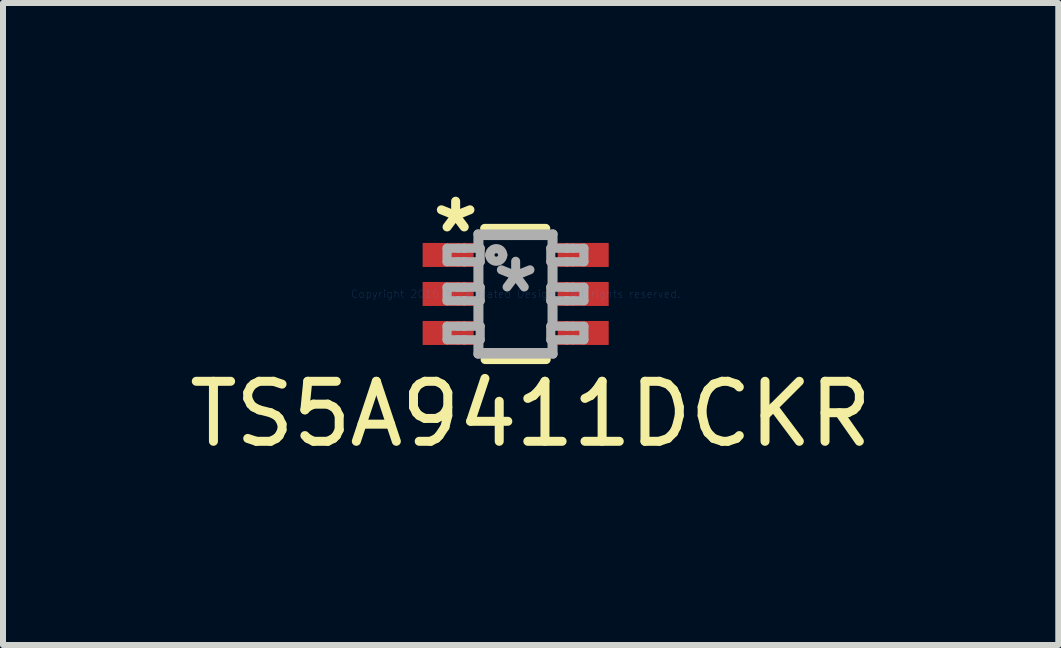
<source format=kicad_pcb>
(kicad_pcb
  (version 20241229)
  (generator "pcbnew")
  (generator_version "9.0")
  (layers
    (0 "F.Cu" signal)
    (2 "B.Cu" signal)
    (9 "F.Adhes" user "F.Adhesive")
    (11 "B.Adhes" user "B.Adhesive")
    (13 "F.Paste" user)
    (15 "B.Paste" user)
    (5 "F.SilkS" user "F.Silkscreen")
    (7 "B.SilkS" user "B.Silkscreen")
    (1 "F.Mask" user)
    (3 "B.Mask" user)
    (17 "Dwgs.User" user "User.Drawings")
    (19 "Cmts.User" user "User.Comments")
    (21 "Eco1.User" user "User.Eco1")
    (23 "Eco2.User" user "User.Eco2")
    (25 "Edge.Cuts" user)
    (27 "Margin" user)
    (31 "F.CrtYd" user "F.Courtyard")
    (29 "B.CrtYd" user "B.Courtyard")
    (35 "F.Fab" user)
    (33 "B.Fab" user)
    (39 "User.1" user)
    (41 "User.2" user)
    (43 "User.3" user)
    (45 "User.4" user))
  (footprint "TS5A9411DCKR"
    (layer "F.Cu")
    (at 5.542 1.848)
    (property "Reference" "TS5A9411DCKR" (at 0.25 2 0) (layer "F.SilkS") (effects (font (size 1 1) (thickness 0.15))))
    (attr through_hole)
    (fp_line (start -0.516 -1.092) (end 0.5 -1.092) (stroke (width 0.152) (type solid)) (layer "F.SilkS"))
    (fp_line (start -0.508 1.092) (end 0.508 1.092) (stroke (width 0.152) (type solid)) (layer "F.SilkS"))
    (fp_line (start -1.143 -0.762) (end -0.959 -0.762) (stroke (width 0.152) (type solid)) (layer "F.Fab"))
    (fp_line (start -1.143 -0.537) (end -1.143 -0.762) (stroke (width 0.152) (type solid)) (layer "F.Fab"))
    (fp_line (start -1.143 -0.537) (end -0.959 -0.537) (stroke (width 0.152) (type solid)) (layer "F.Fab"))
    (fp_line (start -1.143 -0.112) (end -0.959 -0.112) (stroke (width 0.152) (type solid)) (layer "F.Fab"))
    (fp_line (start -1.143 0.113) (end -1.143 -0.112) (stroke (width 0.152) (type solid)) (layer "F.Fab"))
    (fp_line (start -1.143 0.113) (end -0.959 0.113) (stroke (width 0.152) (type solid)) (layer "F.Fab"))
    (fp_line (start -1.143 0.538) (end -0.959 0.538) (stroke (width 0.152) (type solid)) (layer "F.Fab"))
    (fp_line (start -1.143 0.763) (end -1.143 0.538) (stroke (width 0.152) (type solid)) (layer "F.Fab"))
    (fp_line (start -1.143 0.763) (end -0.959 0.763) (stroke (width 0.152) (type solid)) (layer "F.Fab"))
    (fp_line (start -0.959 -0.762) (end -0.865 -0.762) (stroke (width 0.152) (type solid)) (layer "F.Fab"))
    (fp_line (start -0.959 -0.537) (end -0.865 -0.537) (stroke (width 0.152) (type solid)) (layer "F.Fab"))
    (fp_line (start -0.959 -0.112) (end -0.865 -0.112) (stroke (width 0.152) (type solid)) (layer "F.Fab"))
    (fp_line (start -0.959 0.113) (end -0.865 0.113) (stroke (width 0.152) (type solid)) (layer "F.Fab"))
    (fp_line (start -0.959 0.538) (end -0.865 0.538) (stroke (width 0.152) (type solid)) (layer "F.Fab"))
    (fp_line (start -0.959 0.763) (end -0.865 0.763) (stroke (width 0.152) (type solid)) (layer "F.Fab"))
    (fp_line (start -0.865 -0.762) (end -0.853 -0.762) (stroke (width 0.152) (type solid)) (layer "F.Fab"))
    (fp_line (start -0.865 -0.537) (end -0.853 -0.537) (stroke (width 0.152) (type solid)) (layer "F.Fab"))
    (fp_line (start -0.865 -0.112) (end -0.853 -0.112) (stroke (width 0.152) (type solid)) (layer "F.Fab"))
    (fp_line (start -0.865 0.113) (end -0.853 0.113) (stroke (width 0.152) (type solid)) (layer "F.Fab"))
    (fp_line (start -0.865 0.538) (end -0.853 0.538) (stroke (width 0.152) (type solid)) (layer "F.Fab"))
    (fp_line (start -0.865 0.763) (end -0.853 0.763) (stroke (width 0.152) (type solid)) (layer "F.Fab"))
    (fp_line (start -0.853 -0.762) (end -0.628 -0.762) (stroke (width 0.152) (type solid)) (layer "F.Fab"))
    (fp_line (start -0.853 -0.537) (end -0.628 -0.537) (stroke (width 0.152) (type solid)) (layer "F.Fab"))
    (fp_line (start -0.853 -0.112) (end -0.628 -0.112) (stroke (width 0.152) (type solid)) (layer "F.Fab"))
    (fp_line (start -0.853 0.113) (end -0.628 0.113) (stroke (width 0.152) (type solid)) (layer "F.Fab"))
    (fp_line (start -0.853 0.538) (end -0.628 0.538) (stroke (width 0.152) (type solid)) (layer "F.Fab"))
    (fp_line (start -0.853 0.763) (end -0.628 0.763) (stroke (width 0.152) (type solid)) (layer "F.Fab"))
    (fp_line (start -0.628 -0.999) (end 0.622 -0.999) (stroke (width 0.152) (type solid)) (layer "F.Fab"))
    (fp_line (start -0.628 -0.762) (end -0.628 -0.999) (stroke (width 0.152) (type solid)) (layer "F.Fab"))
    (fp_line (start -0.628 -0.762) (end -0.591 -0.762) (stroke (width 0.152) (type solid)) (layer "F.Fab"))
    (fp_line (start -0.628 -0.537) (end -0.591 -0.537) (stroke (width 0.152) (type solid)) (layer "F.Fab"))
    (fp_line (start -0.628 -0.112) (end -0.628 -0.537) (stroke (width 0.152) (type solid)) (layer "F.Fab"))
    (fp_line (start -0.628 -0.112) (end -0.591 -0.112) (stroke (width 0.152) (type solid)) (layer "F.Fab"))
    (fp_line (start -0.628 0.113) (end -0.591 0.113) (stroke (width 0.152) (type solid)) (layer "F.Fab"))
    (fp_line (start -0.628 0.538) (end -0.628 0.113) (stroke (width 0.152) (type solid)) (layer "F.Fab"))
    (fp_line (start -0.628 0.538) (end -0.591 0.538) (stroke (width 0.152) (type solid)) (layer "F.Fab"))
    (fp_line (start -0.628 0.763) (end -0.591 0.763) (stroke (width 0.152) (type solid)) (layer "F.Fab"))
    (fp_line (start -0.628 1.001) (end -0.628 0.763) (stroke (width 0.152) (type solid)) (layer "F.Fab"))
    (fp_line (start -0.628 1.001) (end 0.622 1.001) (stroke (width 0.152) (type solid)) (layer "F.Fab"))
    (fp_line (start -0.613 -0.974) (end 0.607 -0.974) (stroke (width 0.152) (type solid)) (layer "F.Fab"))
    (fp_line (start -0.613 -0.762) (end -0.613 -0.974) (stroke (width 0.152) (type solid)) (layer "F.Fab"))
    (fp_line (start -0.613 -0.112) (end -0.613 -0.537) (stroke (width 0.152) (type solid)) (layer "F.Fab"))
    (fp_line (start -0.613 0.538) (end -0.613 0.113) (stroke (width 0.152) (type solid)) (layer "F.Fab"))
    (fp_line (start -0.613 0.976) (end -0.613 0.763) (stroke (width 0.152) (type solid)) (layer "F.Fab"))
    (fp_line (start -0.613 0.976) (end 0.607 0.976) (stroke (width 0.152) (type solid)) (layer "F.Fab"))
    (fp_line (start -0.591 -0.537) (end -0.591 -0.762) (stroke (width 0.152) (type solid)) (layer "F.Fab"))
    (fp_line (start -0.591 0.113) (end -0.591 -0.112) (stroke (width 0.152) (type solid)) (layer "F.Fab"))
    (fp_line (start -0.591 0.763) (end -0.591 0.538) (stroke (width 0.152) (type solid)) (layer "F.Fab"))
    (fp_line (start 0.585 -0.762) (end 0.622 -0.762) (stroke (width 0.152) (type solid)) (layer "F.Fab"))
    (fp_line (start 0.585 -0.537) (end 0.585 -0.762) (stroke (width 0.152) (type solid)) (layer "F.Fab"))
    (fp_line (start 0.585 -0.537) (end 0.622 -0.537) (stroke (width 0.152) (type solid)) (layer "F.Fab"))
    (fp_line (start 0.585 -0.112) (end 0.622 -0.112) (stroke (width 0.152) (type solid)) (layer "F.Fab"))
    (fp_line (start 0.585 0.113) (end 0.585 -0.112) (stroke (width 0.152) (type solid)) (layer "F.Fab"))
    (fp_line (start 0.585 0.113) (end 0.622 0.113) (stroke (width 0.152) (type solid)) (layer "F.Fab"))
    (fp_line (start 0.585 0.538) (end 0.622 0.538) (stroke (width 0.152) (type solid)) (layer "F.Fab"))
    (fp_line (start 0.585 0.763) (end 0.585 0.538) (stroke (width 0.152) (type solid)) (layer "F.Fab"))
    (fp_line (start 0.585 0.763) (end 0.622 0.763) (stroke (width 0.152) (type solid)) (layer "F.Fab"))
    (fp_line (start 0.607 -0.762) (end 0.607 -0.974) (stroke (width 0.152) (type solid)) (layer "F.Fab"))
    (fp_line (start 0.607 -0.112) (end 0.607 -0.537) (stroke (width 0.152) (type solid)) (layer "F.Fab"))
    (fp_line (start 0.607 0.538) (end 0.607 0.113) (stroke (width 0.152) (type solid)) (layer "F.Fab"))
    (fp_line (start 0.607 0.976) (end 0.607 0.763) (stroke (width 0.152) (type solid)) (layer "F.Fab"))
    (fp_line (start 0.622 -0.762) (end 0.622 -0.999) (stroke (width 0.152) (type solid)) (layer "F.Fab"))
    (fp_line (start 0.622 -0.762) (end 0.847 -0.762) (stroke (width 0.152) (type solid)) (layer "F.Fab"))
    (fp_line (start 0.622 -0.537) (end 0.847 -0.537) (stroke (width 0.152) (type solid)) (layer "F.Fab"))
    (fp_line (start 0.622 -0.112) (end 0.622 -0.537) (stroke (width 0.152) (type solid)) (layer "F.Fab"))
    (fp_line (start 0.622 -0.112) (end 0.847 -0.112) (stroke (width 0.152) (type solid)) (layer "F.Fab"))
    (fp_line (start 0.622 0.113) (end 0.847 0.113) (stroke (width 0.152) (type solid)) (layer "F.Fab"))
    (fp_line (start 0.622 0.538) (end 0.622 0.113) (stroke (width 0.152) (type solid)) (layer "F.Fab"))
    (fp_line (start 0.622 0.538) (end 0.847 0.538) (stroke (width 0.152) (type solid)) (layer "F.Fab"))
    (fp_line (start 0.622 0.763) (end 0.847 0.763) (stroke (width 0.152) (type solid)) (layer "F.Fab"))
    (fp_line (start 0.622 1.001) (end 0.622 0.763) (stroke (width 0.152) (type solid)) (layer "F.Fab"))
    (fp_line (start 0.847 -0.762) (end 0.859 -0.762) (stroke (width 0.152) (type solid)) (layer "F.Fab"))
    (fp_line (start 0.847 -0.537) (end 0.859 -0.537) (stroke (width 0.152) (type solid)) (layer "F.Fab"))
    (fp_line (start 0.847 -0.112) (end 0.859 -0.112) (stroke (width 0.152) (type solid)) (layer "F.Fab"))
    (fp_line (start 0.847 0.113) (end 0.859 0.113) (stroke (width 0.152) (type solid)) (layer "F.Fab"))
    (fp_line (start 0.847 0.538) (end 0.859 0.538) (stroke (width 0.152) (type solid)) (layer "F.Fab"))
    (fp_line (start 0.847 0.763) (end 0.859 0.763) (stroke (width 0.152) (type solid)) (layer "F.Fab"))
    (fp_line (start 0.859 -0.762) (end 0.953 -0.762) (stroke (width 0.152) (type solid)) (layer "F.Fab"))
    (fp_line (start 0.859 -0.537) (end 0.953 -0.537) (stroke (width 0.152) (type solid)) (layer "F.Fab"))
    (fp_line (start 0.859 -0.112) (end 0.953 -0.112) (stroke (width 0.152) (type solid)) (layer "F.Fab"))
    (fp_line (start 0.859 0.113) (end 0.953 0.113) (stroke (width 0.152) (type solid)) (layer "F.Fab"))
    (fp_line (start 0.859 0.538) (end 0.953 0.538) (stroke (width 0.152) (type solid)) (layer "F.Fab"))
    (fp_line (start 0.859 0.763) (end 0.953 0.763) (stroke (width 0.152) (type solid)) (layer "F.Fab"))
    (fp_line (start 0.953 -0.762) (end 1.137 -0.762) (stroke (width 0.152) (type solid)) (layer "F.Fab"))
    (fp_line (start 0.953 -0.537) (end 1.137 -0.537) (stroke (width 0.152) (type solid)) (layer "F.Fab"))
    (fp_line (start 0.953 -0.112) (end 1.137 -0.112) (stroke (width 0.152) (type solid)) (layer "F.Fab"))
    (fp_line (start 0.953 0.113) (end 1.137 0.113) (stroke (width 0.152) (type solid)) (layer "F.Fab"))
    (fp_line (start 0.953 0.538) (end 1.137 0.538) (stroke (width 0.152) (type solid)) (layer "F.Fab"))
    (fp_line (start 0.953 0.763) (end 1.137 0.763) (stroke (width 0.152) (type solid)) (layer "F.Fab"))
    (fp_line (start 1.137 -0.537) (end 1.137 -0.762) (stroke (width 0.152) (type solid)) (layer "F.Fab"))
    (fp_line (start 1.137 0.113) (end 1.137 -0.112) (stroke (width 0.152) (type solid)) (layer "F.Fab"))
    (fp_line (start 1.137 0.763) (end 1.137 0.538) (stroke (width 0.152) (type solid)) (layer "F.Fab"))
    (fp_arc (start -0.431546 -0.650138) (mid -0.323177 -0.758507) (end -0.214808 -0.650138) (stroke (width 0.1524) (type solid)) (layer "F.Fab"))
    (fp_arc (start -0.214808 -0.650138) (mid -0.323177 -0.541769) (end -0.431546 -0.650138) (stroke (width 0.1524) (type solid)) (layer "F.Fab"))
    (fp_text user "*" (at -1 -1 0) (layer "F.SilkS") (effects (font (size 1 1) (thickness 0.15))))
    (fp_text user "Copyright 2016 Accelerated Designs. All rights reserved." (at 0 0 0) (layer "Cmts.User") (effects (font (size 0.127 0.127) (thickness 0.002))))
    (fp_text user "*" (at 0 0 0) (layer "F.Fab") (effects (font (size 1 1) (thickness 0.15))))
    (pad "1" smd rect (at -1.125 -0.65 90) (size 0.4 0.85) (layers "F.Cu" "F.Mask" "F.Paste"))
    (pad "2" smd rect (at -1.125 0 90) (size 0.4 0.85) (layers "F.Cu" "F.Mask" "F.Paste"))
    (pad "3" smd rect (at -1.125 0.65 90) (size 0.4 0.85) (layers "F.Cu" "F.Mask" "F.Paste"))
    (pad "4" smd rect (at 1.125 0.65 90) (size 0.4 0.85) (layers "F.Cu" "F.Mask" "F.Paste"))
    (pad "5" smd rect (at 1.125 0 90) (size 0.4 0.85) (layers "F.Cu" "F.Mask" "F.Paste"))
    (pad "6" smd rect (at 1.125 -0.65 90) (size 0.4 0.85) (layers "F.Cu" "F.Mask" "F.Paste")))
  (gr_rect
    (start -3 -3)
    (end 14.583 7.697)
    (stroke (width 0.1) (type default))
    (fill no)
    (layer "Edge.Cuts")))
</source>
